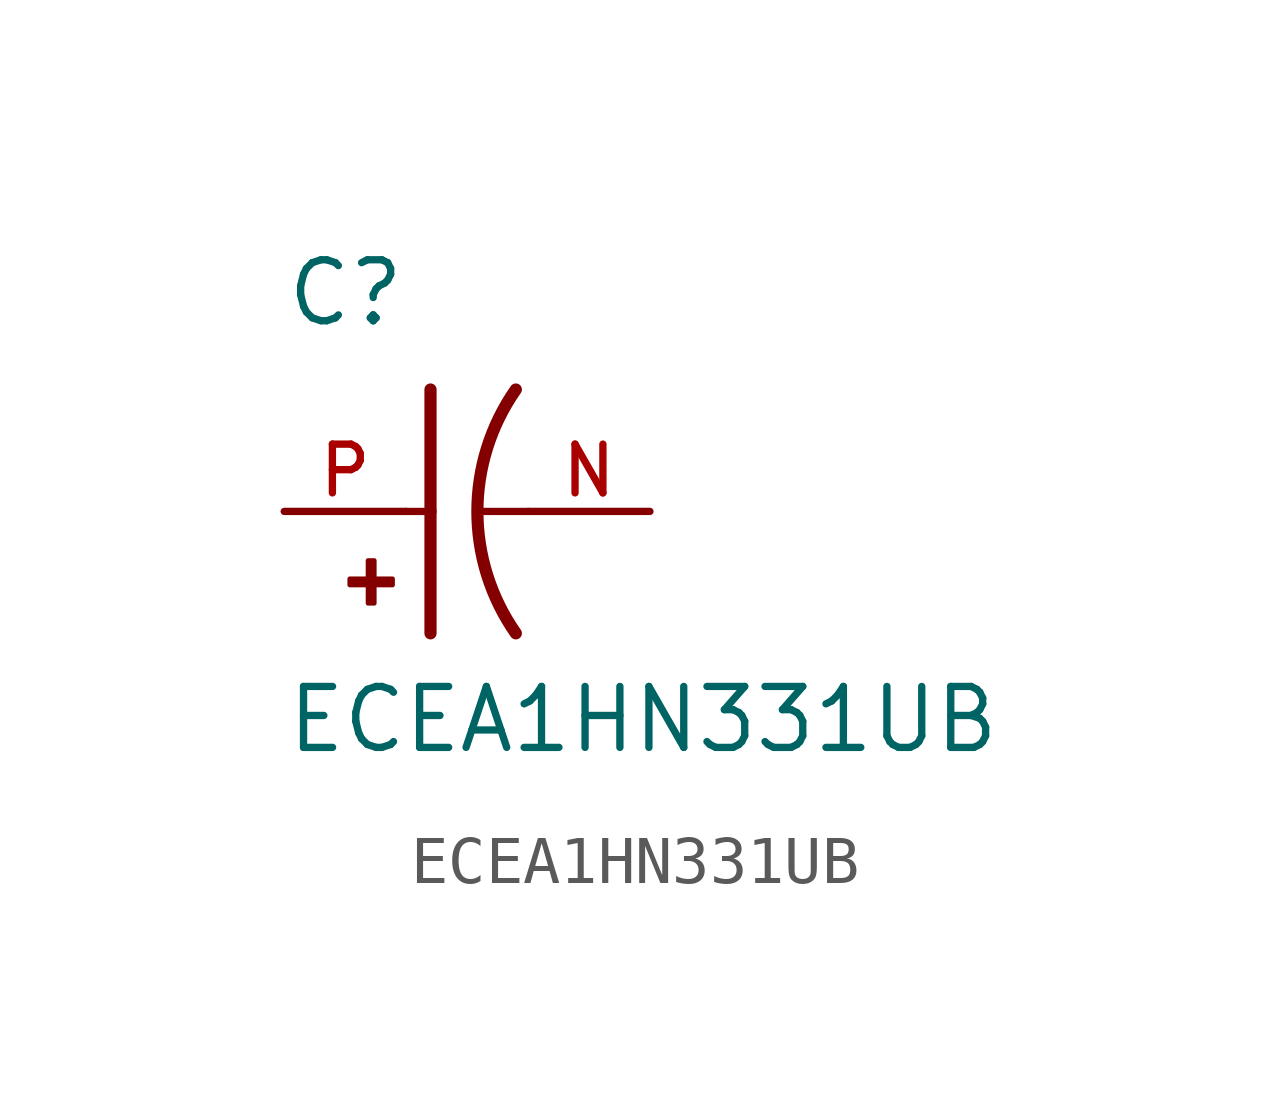
<source format=kicad_sym>
(kicad_symbol_lib
  (version 20211014)
  (generator kicad_symbol_editor)
  (symbol "ECEA1HN331UB"
    (pin_names
      (offset 1.016))
    (property "Reference" "C"
      (at -2.54 3.81 0)
      (effects (font (size 1.27 1.27)) (justify bottom left)))
    (property "Value" "ECEA1HN331UB"
      (at -2.54 -5.08 0)
      (effects (font (size 1.27 1.27)) (justify bottom left)))
    (symbol "ECEA1HN331UB_0_0"
      (arc (start 2.286 -2.54) (mid 1.4851 -0.0) (end 2.286 2.54) (stroke (width 0.254) (type default) (color 0 0 0 0)) (fill (type none)))
      (polyline (pts (xy 0.508 2.54) (xy 0.508 0.0)) (stroke (width 0.254)))
      (rectangle (start -1.173 -1.532) (end -0.284 -1.405) (stroke (width 0.1)) (fill (type outline)))
      (rectangle (start -0.792 -1.913) (end -0.665 -1.024) (stroke (width 0.1)) (fill (type outline)))
      (polyline (pts (xy 0.508 0.0) (xy 0.508 -2.54)) (stroke (width 0.254)))
      (polyline (pts (xy 0.0 0.0) (xy 0.508 0.0)) (stroke (width 0.152)))
      (polyline (pts (xy 2.54 0.0) (xy 1.524 0.0)) (stroke (width 0.152)))
      (pin passive line (at -2.54 0.0 0) (length 2.54) (name "~" (effects (font (size 1.016 1.016)))) (number "P" (effects (font (size 1.016 1.016)))))
      (pin passive line (at 5.08 0.0 180.0) (length 2.54) (name "~" (effects (font (size 1.016 1.016)))) (number "N" (effects (font (size 1.016 1.016))))))))
</source>
